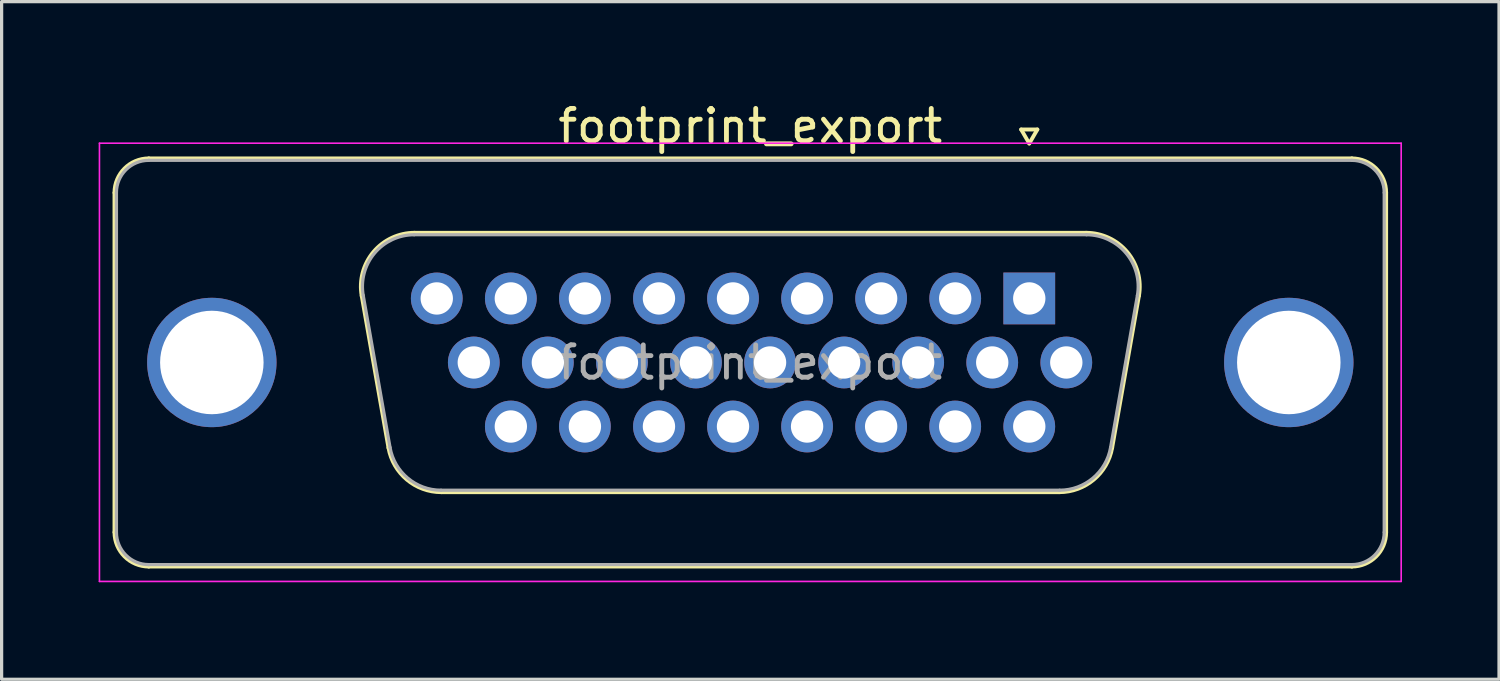
<source format=kicad_pcb>
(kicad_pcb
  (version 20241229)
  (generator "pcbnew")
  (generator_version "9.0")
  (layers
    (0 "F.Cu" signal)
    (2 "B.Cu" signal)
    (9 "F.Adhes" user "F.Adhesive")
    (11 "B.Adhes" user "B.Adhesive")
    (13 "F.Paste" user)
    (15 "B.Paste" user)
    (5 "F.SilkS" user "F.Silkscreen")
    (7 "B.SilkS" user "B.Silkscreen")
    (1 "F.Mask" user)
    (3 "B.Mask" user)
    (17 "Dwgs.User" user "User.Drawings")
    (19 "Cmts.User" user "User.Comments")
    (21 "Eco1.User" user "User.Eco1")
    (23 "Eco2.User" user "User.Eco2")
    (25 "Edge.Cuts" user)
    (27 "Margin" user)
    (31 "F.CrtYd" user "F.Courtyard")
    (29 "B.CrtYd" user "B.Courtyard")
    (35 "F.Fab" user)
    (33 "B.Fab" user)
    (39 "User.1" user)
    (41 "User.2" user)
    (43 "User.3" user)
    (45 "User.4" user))
  (footprint "footprint_export"
    (layer "F.Cu")
    (at 28.775 6.178)
    (property "Reference" "footprint_export" (at -8.625 -5.33 0) (layer "F.SilkS") (effects (font (size 1 1) (thickness 0.15))))
    (attr through_hole)
    (fp_line (start -28.285 7.23) (end -28.285 -3.27) (stroke (width 0.12) (type solid)) (layer "F.SilkS"))
    (fp_line (start -27.225 -4.33) (end 9.975 -4.33) (stroke (width 0.12) (type solid)) (layer "F.SilkS"))
    (fp_line (start -20.641 -0.082) (end -19.813 4.618) (stroke (width 0.12) (type solid)) (layer "F.SilkS"))
    (fp_line (start -19.007 -2.03) (end 1.757 -2.03) (stroke (width 0.12) (type solid)) (layer "F.SilkS"))
    (fp_line (start -18.178 5.99) (end 0.928 5.99) (stroke (width 0.12) (type solid)) (layer "F.SilkS"))
    (fp_line (start -0.25 -5.224) (end 0.25 -5.224) (stroke (width 0.12) (type solid)) (layer "F.SilkS"))
    (fp_line (start 0 -4.791) (end -0.25 -5.224) (stroke (width 0.12) (type solid)) (layer "F.SilkS"))
    (fp_line (start 0.25 -5.224) (end 0 -4.791) (stroke (width 0.12) (type solid)) (layer "F.SilkS"))
    (fp_line (start 3.391 -0.082) (end 2.563 4.618) (stroke (width 0.12) (type solid)) (layer "F.SilkS"))
    (fp_line (start 9.975 8.29) (end -27.225 8.29) (stroke (width 0.12) (type solid)) (layer "F.SilkS"))
    (fp_line (start 11.035 -3.27) (end 11.035 7.23) (stroke (width 0.12) (type solid)) (layer "F.SilkS"))
    (fp_arc (start -28.285 -3.27) (mid -27.974533 -4.019533) (end -27.225 -4.33) (stroke (width 0.12) (type solid)) (layer "F.SilkS"))
    (fp_arc (start -27.225 8.29) (mid -27.974533 7.979533) (end -28.285 7.23) (stroke (width 0.12) (type solid)) (layer "F.SilkS"))
    (fp_arc (start -20.64147 -0.081744) (mid -20.278323 -1.437028) (end -19.006689 -2.03) (stroke (width 0.12) (type solid)) (layer "F.SilkS"))
    (fp_arc (start -18.177952 5.99) (mid -19.244979 5.601634) (end -19.812733 4.618256) (stroke (width 0.12) (type solid)) (layer "F.SilkS"))
    (fp_arc (start 1.756689 -2.03) (mid 3.028323 -1.437027) (end 3.39147 -0.081744) (stroke (width 0.12) (type solid)) (layer "F.SilkS"))
    (fp_arc (start 2.562733 4.618256) (mid 1.99498 5.601634) (end 0.927952 5.99) (stroke (width 0.12) (type solid)) (layer "F.SilkS"))
    (fp_arc (start 9.975 -4.33) (mid 10.724533 -4.019533) (end 11.035 -3.27) (stroke (width 0.12) (type solid)) (layer "F.SilkS"))
    (fp_arc (start 11.035 7.23) (mid 10.724533 7.979533) (end 9.975 8.29) (stroke (width 0.12) (type solid)) (layer "F.SilkS"))
    (fp_line (start -28.75 -4.8) (end -28.75 8.75) (stroke (width 0.05) (type solid)) (layer "F.CrtYd"))
    (fp_line (start -28.75 8.75) (end 11.5 8.75) (stroke (width 0.05) (type solid)) (layer "F.CrtYd"))
    (fp_line (start 11.5 -4.8) (end -28.75 -4.8) (stroke (width 0.05) (type solid)) (layer "F.CrtYd"))
    (fp_line (start 11.5 8.75) (end 11.5 -4.8) (stroke (width 0.05) (type solid)) (layer "F.CrtYd"))
    (fp_line (start -28.225 7.23) (end -28.225 -3.27) (stroke (width 0.1) (type solid)) (layer "F.Fab"))
    (fp_line (start -27.225 -4.27) (end 9.975 -4.27) (stroke (width 0.1) (type solid)) (layer "F.Fab"))
    (fp_line (start -20.594 -0.092) (end -19.765 4.608) (stroke (width 0.1) (type solid)) (layer "F.Fab"))
    (fp_line (start -19.018 -1.97) (end 1.768 -1.97) (stroke (width 0.1) (type solid)) (layer "F.Fab"))
    (fp_line (start -18.189 5.93) (end 0.939 5.93) (stroke (width 0.1) (type solid)) (layer "F.Fab"))
    (fp_line (start 3.344 -0.092) (end 2.515 4.608) (stroke (width 0.1) (type solid)) (layer "F.Fab"))
    (fp_line (start 9.975 8.23) (end -27.225 8.23) (stroke (width 0.1) (type solid)) (layer "F.Fab"))
    (fp_line (start 10.975 -3.27) (end 10.975 7.23) (stroke (width 0.1) (type solid)) (layer "F.Fab"))
    (fp_arc (start -28.225 -3.27) (mid -27.932107 -3.977107) (end -27.225 -4.27) (stroke (width 0.1) (type solid)) (layer "F.Fab"))
    (fp_arc (start -27.225 8.23) (mid -27.932107 7.937107) (end -28.225 7.23) (stroke (width 0.1) (type solid)) (layer "F.Fab"))
    (fp_arc (start -20.593886 -0.092163) (mid -20.243865 -1.39846) (end -19.018194 -1.97) (stroke (width 0.1) (type solid)) (layer "F.Fab"))
    (fp_arc (start -18.189457 5.93) (mid -19.217917 5.555671) (end -19.765149 4.607837) (stroke (width 0.1) (type solid)) (layer "F.Fab"))
    (fp_arc (start 1.768194 -1.97) (mid 2.993865 -1.39846) (end 3.343886 -0.092163) (stroke (width 0.1) (type solid)) (layer "F.Fab"))
    (fp_arc (start 2.515149 4.607837) (mid 1.967917 5.555671) (end 0.939457 5.93) (stroke (width 0.1) (type solid)) (layer "F.Fab"))
    (fp_arc (start 9.975 -4.27) (mid 10.682107 -3.977107) (end 10.975 -3.27) (stroke (width 0.1) (type solid)) (layer "F.Fab"))
    (fp_arc (start 10.975 7.23) (mid 10.682107 7.937107) (end 9.975 8.23) (stroke (width 0.1) (type solid)) (layer "F.Fab"))
    (fp_text user "${REFERENCE}" (at -8.625 1.98 0) (layer "F.Fab") (effects (font (size 1 1) (thickness 0.15))))
    (pad "0" thru_hole circle (at -25.275 1.98) (size 4 4) (drill 3.2) (layers "*.Cu" "*.Mask"))
    (pad "0" thru_hole circle (at 8.025 1.98) (size 4 4) (drill 3.2) (layers "*.Cu" "*.Mask"))
    (pad "1" thru_hole rect (at 0 0) (size 1.6 1.6) (drill 1) (layers "*.Cu" "*.Mask"))
    (pad "2" thru_hole circle (at -2.29 0) (size 1.6 1.6) (drill 1) (layers "*.Cu" "*.Mask"))
    (pad "3" thru_hole circle (at -4.58 0) (size 1.6 1.6) (drill 1) (layers "*.Cu" "*.Mask"))
    (pad "4" thru_hole circle (at -6.87 0) (size 1.6 1.6) (drill 1) (layers "*.Cu" "*.Mask"))
    (pad "5" thru_hole circle (at -9.16 0) (size 1.6 1.6) (drill 1) (layers "*.Cu" "*.Mask"))
    (pad "6" thru_hole circle (at -11.45 0) (size 1.6 1.6) (drill 1) (layers "*.Cu" "*.Mask"))
    (pad "7" thru_hole circle (at -13.74 0) (size 1.6 1.6) (drill 1) (layers "*.Cu" "*.Mask"))
    (pad "8" thru_hole circle (at -16.03 0) (size 1.6 1.6) (drill 1) (layers "*.Cu" "*.Mask"))
    (pad "9" thru_hole circle (at -18.32 0) (size 1.6 1.6) (drill 1) (layers "*.Cu" "*.Mask"))
    (pad "10" thru_hole circle (at 1.145 1.98) (size 1.6 1.6) (drill 1) (layers "*.Cu" "*.Mask"))
    (pad "11" thru_hole circle (at -1.145 1.98) (size 1.6 1.6) (drill 1) (layers "*.Cu" "*.Mask"))
    (pad "12" thru_hole circle (at -3.435 1.98) (size 1.6 1.6) (drill 1) (layers "*.Cu" "*.Mask"))
    (pad "13" thru_hole circle (at -5.725 1.98) (size 1.6 1.6) (drill 1) (layers "*.Cu" "*.Mask"))
    (pad "14" thru_hole circle (at -8.015 1.98) (size 1.6 1.6) (drill 1) (layers "*.Cu" "*.Mask"))
    (pad "15" thru_hole circle (at -10.305 1.98) (size 1.6 1.6) (drill 1) (layers "*.Cu" "*.Mask"))
    (pad "16" thru_hole circle (at -12.595 1.98) (size 1.6 1.6) (drill 1) (layers "*.Cu" "*.Mask"))
    (pad "17" thru_hole circle (at -14.885 1.98) (size 1.6 1.6) (drill 1) (layers "*.Cu" "*.Mask"))
    (pad "18" thru_hole circle (at -17.175 1.98) (size 1.6 1.6) (drill 1) (layers "*.Cu" "*.Mask"))
    (pad "19" thru_hole circle (at 0 3.96) (size 1.6 1.6) (drill 1) (layers "*.Cu" "*.Mask"))
    (pad "20" thru_hole circle (at -2.29 3.96) (size 1.6 1.6) (drill 1) (layers "*.Cu" "*.Mask"))
    (pad "21" thru_hole circle (at -4.58 3.96) (size 1.6 1.6) (drill 1) (layers "*.Cu" "*.Mask"))
    (pad "22" thru_hole circle (at -6.87 3.96) (size 1.6 1.6) (drill 1) (layers "*.Cu" "*.Mask"))
    (pad "23" thru_hole circle (at -9.16 3.96) (size 1.6 1.6) (drill 1) (layers "*.Cu" "*.Mask"))
    (pad "24" thru_hole circle (at -11.45 3.96) (size 1.6 1.6) (drill 1) (layers "*.Cu" "*.Mask"))
    (pad "25" thru_hole circle (at -13.74 3.96) (size 1.6 1.6) (drill 1) (layers "*.Cu" "*.Mask"))
    (pad "26" thru_hole circle (at -16.03 3.96) (size 1.6 1.6) (drill 1) (layers "*.Cu" "*.Mask")))
  (gr_rect
    (start -3 -3)
    (end 43.3 17.953)
    (stroke (width 0.1) (type default))
    (fill no)
    (layer "Edge.Cuts")))
</source>
